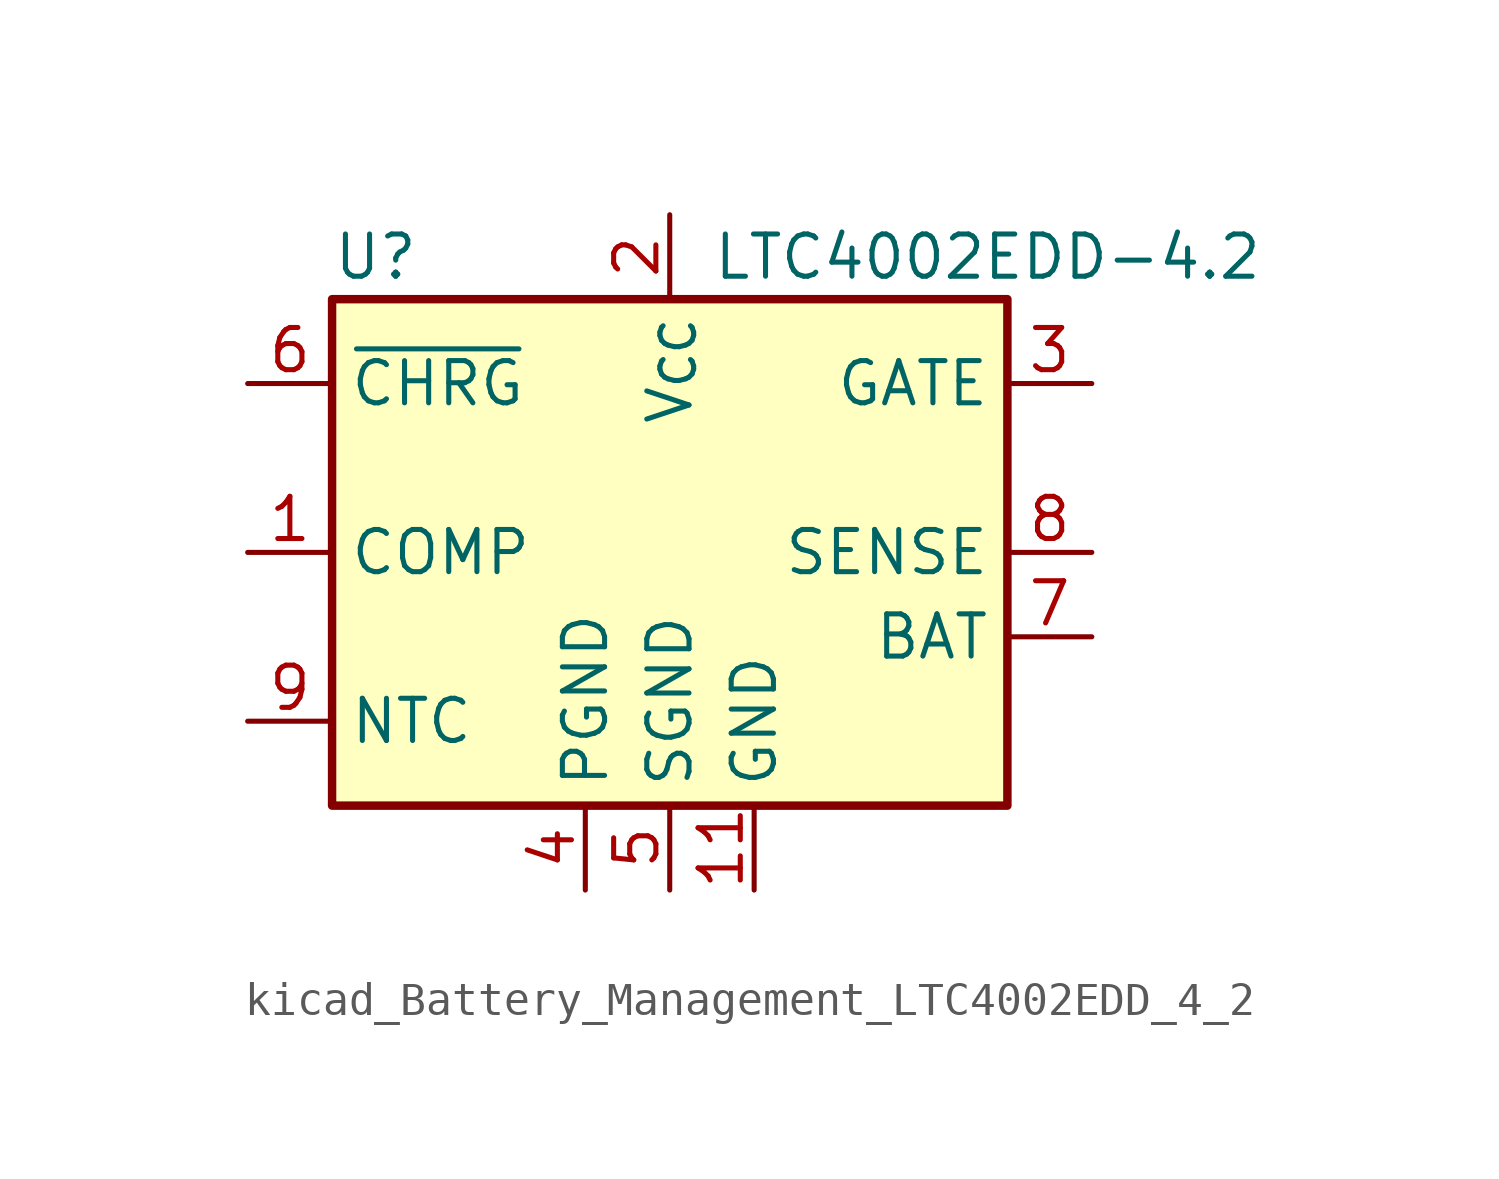
<source format=kicad_sym>
(kicad_symbol_lib
  (version 20220914)
  (generator kicad_symbol_editor)
  (symbol "kicad_Battery_Management_LTC4002EDD_4_2"
    (property "Reference" "U"
      (at -10.16 8.89 0)
      (effects (font (size 1.27 1.27)) (justify left)))
    (property "Value" "LTC4002EDD-4.2"
      (at 1.27 8.89 0)
      (effects (font (size 1.27 1.27)) (justify left)))
    (symbol "kicad_Battery_Management_LTC4002EDD_4_2_0_1"
      (rectangle (start 10.16 -7.62) (end -10.16 7.62) (stroke (width 0.254) (type default)) (fill (type background))))
    (symbol "kicad_Battery_Management_LTC4002EDD_4_2_1_1"
      (pin input line (at -12.7 0 0) (length 2.54) (name "COMP" (effects (font (size 1.27 1.27)))) (number "1" (effects (font (size 1.27 1.27)))))
      (pin no_connect line (at 5.08 -7.62 90) (length 2.54) hide (name "NC" (effects (font (size 1.27 1.27)))) (number "10" (effects (font (size 1.27 1.27)))))
      (pin power_in line (at 2.54 -10.16 90) (length 2.54) (name "GND" (effects (font (size 1.27 1.27)))) (number "11" (effects (font (size 1.27 1.27)))))
      (pin power_in line (at 0 10.16 270) (length 2.54) (name "V_{CC}" (effects (font (size 1.27 1.27)))) (number "2" (effects (font (size 1.27 1.27)))))
      (pin output line (at 12.7 5.08 180) (length 2.54) (name "GATE" (effects (font (size 1.27 1.27)))) (number "3" (effects (font (size 1.27 1.27)))))
      (pin power_in line (at -2.54 -10.16 90) (length 2.54) (name "PGND" (effects (font (size 1.27 1.27)))) (number "4" (effects (font (size 1.27 1.27)))))
      (pin power_in line (at 0 -10.16 90) (length 2.54) (name "SGND" (effects (font (size 1.27 1.27)))) (number "5" (effects (font (size 1.27 1.27)))))
      (pin open_collector line (at -12.7 5.08 0) (length 2.54) (name "~{CHRG}" (effects (font (size 1.27 1.27)))) (number "6" (effects (font (size 1.27 1.27)))))
      (pin input line (at 12.7 -2.54 180) (length 2.54) (name "BAT" (effects (font (size 1.27 1.27)))) (number "7" (effects (font (size 1.27 1.27)))))
      (pin input line (at 12.7 0 180) (length 2.54) (name "SENSE" (effects (font (size 1.27 1.27)))) (number "8" (effects (font (size 1.27 1.27)))))
      (pin input line (at -12.7 -5.08 0) (length 2.54) (name "NTC" (effects (font (size 1.27 1.27)))) (number "9" (effects (font (size 1.27 1.27))))))))
</source>
